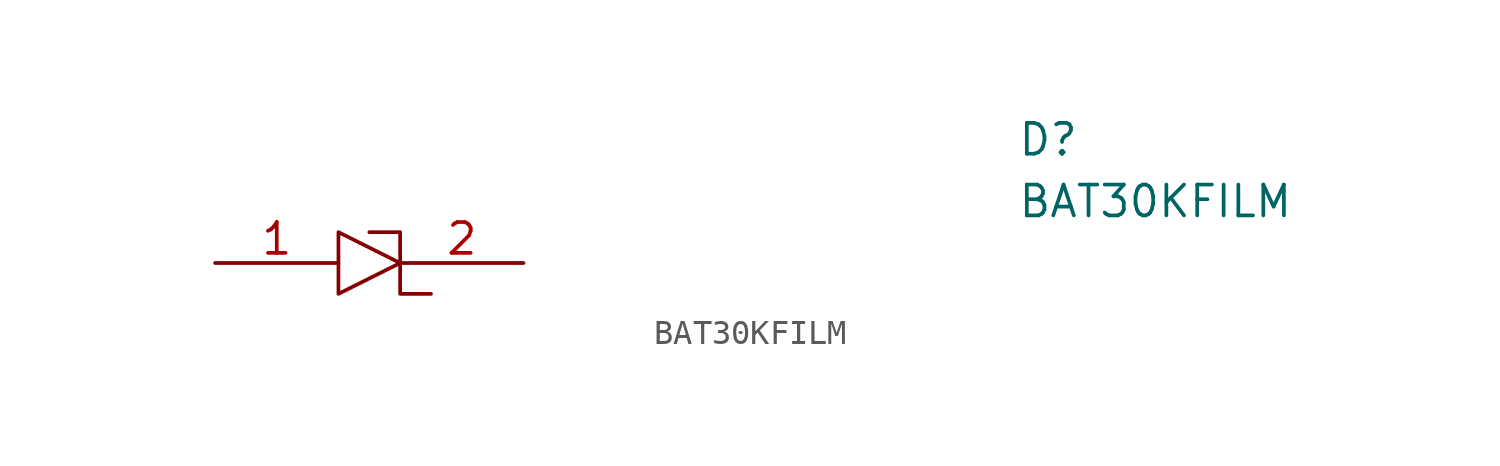
<source format=kicad_sym>
(kicad_symbol_lib
  (version 20220914)
  (generator kicad_symbol_editor)
  (symbol "BAT30KFILM"
    (pin_names
      (offset 0.762))
    (property "Reference" "D"
      (at 27.94 6.35 0)
      (effects (font (size 1.27 1.27)) (justify left)))
    (property "Value" "BAT30KFILM"
      (at 27.94 3.81 0)
      (effects (font (size 1.27 1.27)) (justify left)))
    (symbol "BAT30KFILM_0_0"
      (pin passive line (at -5.08 1.27 0) (length 5.08) (name "~" (effects (font (size 1.27 1.27)))) (number "1" (effects (font (size 1.27 1.27)))))
      (pin passive line (at 7.62 1.27 180) (length 5.08) (name "~" (effects (font (size 1.27 1.27)))) (number "2" (effects (font (size 1.27 1.27))))))
    (symbol "BAT30KFILM_0_1"
      (polyline (pts (xy 2.54 1.27) (xy 0 0) (xy 0 2.54) (xy 2.54 1.27)) (stroke (width 0) (type solid)) (fill (type none)))
      (polyline (pts (xy 3.81 0) (xy 2.54 0) (xy 2.54 2.54) (xy 1.27 2.54)) (stroke (width 0) (type solid)) (fill (type none))))))
</source>
